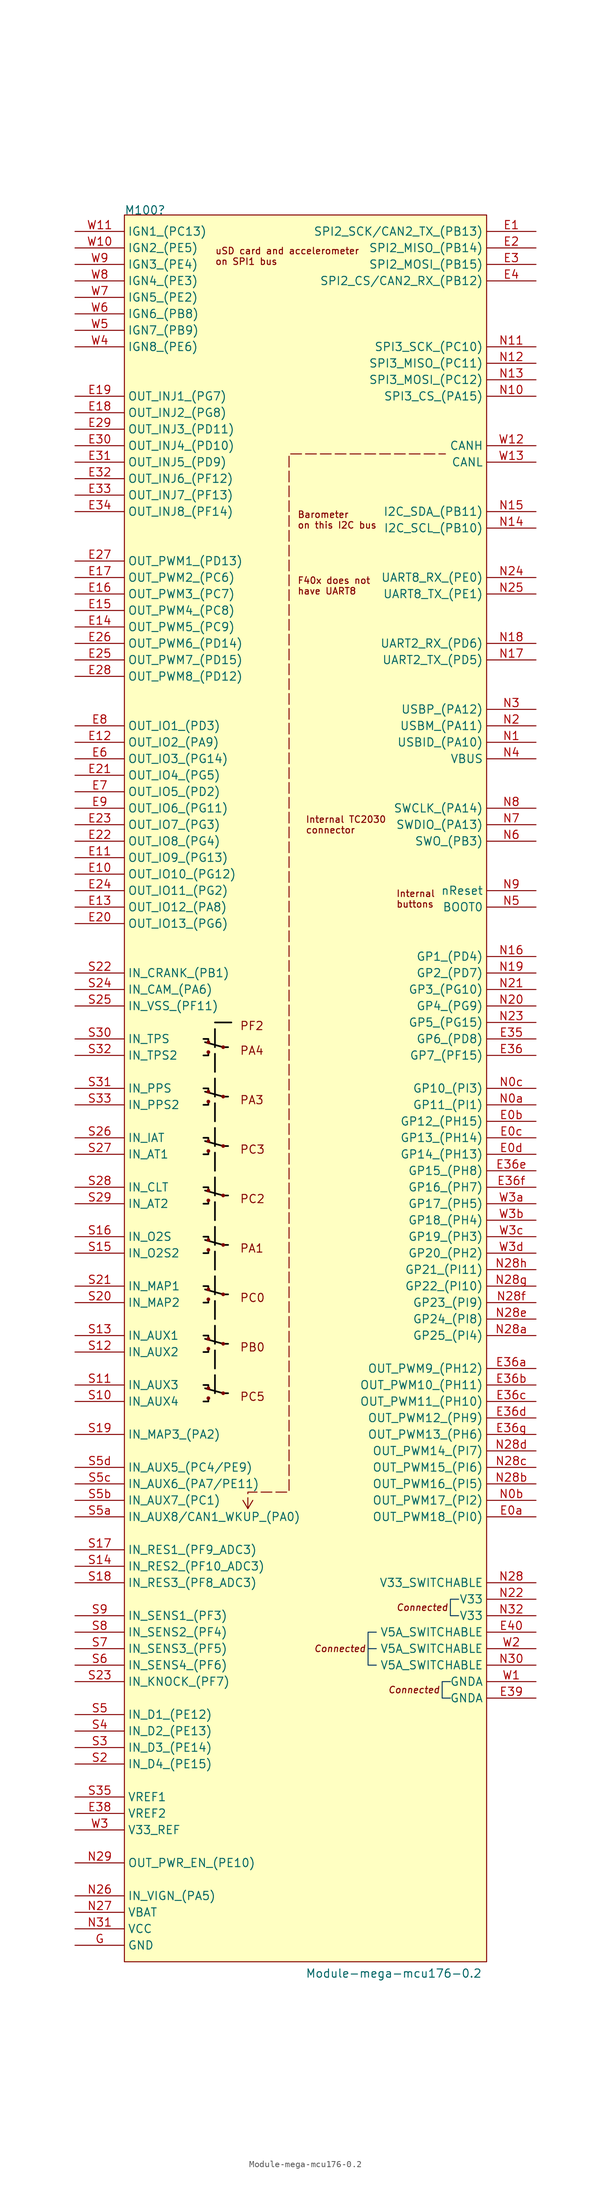
<source format=kicad_sym>
(kicad_symbol_lib
  (version 20220914)
  (generator kicad_symbol_editor)
  (symbol "Module-mega-mcu176-0.2"
    (property "Reference" "M100"
      (at 7.62 2.54 0)
      (effects (font (size 1.27 1.27)) (justify left bottom)))
    (property "Value" "Module-mega-mcu176-0.2"
      (at 35.56 -269.24 0)
      (effects (font (size 1.27 1.27)) (justify left bottom)))
    (symbol "Module-mega-mcu176-0.2_1_0"
      (polyline (pts (xy 20.066 -178.308) (xy 22.86 -179.07)) (stroke (width 0.254) (type solid) (color 0 0 0 1)) (fill (type none)))
      (polyline (pts (xy 20.066 -170.688) (xy 22.86 -171.45)) (stroke (width 0.254) (type solid) (color 0 0 0 1)) (fill (type none)))
      (polyline (pts (xy 20.066 -163.068) (xy 22.86 -163.83)) (stroke (width 0.254) (type solid) (color 0 0 0 1)) (fill (type none)))
      (polyline (pts (xy 20.066 -155.448) (xy 22.86 -156.21)) (stroke (width 0.254) (type solid) (color 0 0 0 1)) (fill (type none)))
      (polyline (pts (xy 20.066 -147.828) (xy 22.86 -148.59)) (stroke (width 0.254) (type solid) (color 0 0 0 1)) (fill (type none)))
      (polyline (pts (xy 20.066 -140.208) (xy 22.86 -140.97)) (stroke (width 0.254) (type solid) (color 0 0 0 1)) (fill (type none)))
      (polyline (pts (xy 20.066 -132.588) (xy 22.86 -133.35)) (stroke (width 0.254) (type solid) (color 0 0 0 1)) (fill (type none)))
      (polyline (pts (xy 20.066 -124.968) (xy 22.86 -125.73)) (stroke (width 0.254) (type solid) (color 0 0 0 1)) (fill (type none)))
      (polyline (pts (xy 22.86 -179.07) (xy 23.622 -179.07)) (stroke (width 0.254) (type solid) (color 0 0 0 1)) (fill (type none)))
      (polyline (pts (xy 22.86 -171.45) (xy 23.622 -171.45)) (stroke (width 0.254) (type solid) (color 0 0 0 1)) (fill (type none)))
      (polyline (pts (xy 22.86 -163.83) (xy 23.622 -163.83)) (stroke (width 0.254) (type solid) (color 0 0 0 1)) (fill (type none)))
      (polyline (pts (xy 22.86 -156.21) (xy 23.622 -156.21)) (stroke (width 0.254) (type solid) (color 0 0 0 1)) (fill (type none)))
      (polyline (pts (xy 22.86 -148.59) (xy 23.622 -148.59)) (stroke (width 0.254) (type solid) (color 0 0 0 1)) (fill (type none)))
      (polyline (pts (xy 22.86 -140.97) (xy 23.622 -140.97)) (stroke (width 0.254) (type solid) (color 0 0 0 1)) (fill (type none)))
      (polyline (pts (xy 22.86 -133.35) (xy 23.622 -133.35)) (stroke (width 0.254) (type solid) (color 0 0 0 1)) (fill (type none)))
      (polyline (pts (xy 22.86 -125.73) (xy 23.622 -125.73)) (stroke (width 0.254) (type solid) (color 0 0 0 1)) (fill (type none)))
      (polyline (pts (xy 26.67 -196.85) (xy 25.908 -195.58)) (stroke (width 0) (type default)) (fill (type none)))
      (polyline (pts (xy 26.67 -196.85) (xy 27.432 -195.58)) (stroke (width 0) (type default)) (fill (type none)))
      (polyline (pts (xy 19.812 -180.34) (xy 20.574 -180.34) (xy 20.574 -179.832)) (stroke (width 0.254) (type solid) (color 0 0 0 1)) (fill (type none)))
      (polyline (pts (xy 19.812 -177.8) (xy 20.574 -177.8) (xy 20.574 -178.308)) (stroke (width 0.254) (type solid) (color 0 0 0 1)) (fill (type none)))
      (polyline (pts (xy 19.812 -172.72) (xy 20.574 -172.72) (xy 20.574 -172.212)) (stroke (width 0.254) (type solid) (color 0 0 0 1)) (fill (type none)))
      (polyline (pts (xy 19.812 -170.18) (xy 20.574 -170.18) (xy 20.574 -170.688)) (stroke (width 0.254) (type solid) (color 0 0 0 1)) (fill (type none)))
      (polyline (pts (xy 19.812 -165.1) (xy 20.574 -165.1) (xy 20.574 -164.592)) (stroke (width 0.254) (type solid) (color 0 0 0 1)) (fill (type none)))
      (polyline (pts (xy 19.812 -162.56) (xy 20.574 -162.56) (xy 20.574 -163.068)) (stroke (width 0.254) (type solid) (color 0 0 0 1)) (fill (type none)))
      (polyline (pts (xy 19.812 -157.48) (xy 20.574 -157.48) (xy 20.574 -156.972)) (stroke (width 0.254) (type solid) (color 0 0 0 1)) (fill (type none)))
      (polyline (pts (xy 19.812 -154.94) (xy 20.574 -154.94) (xy 20.574 -155.448)) (stroke (width 0.254) (type solid) (color 0 0 0 1)) (fill (type none)))
      (polyline (pts (xy 19.812 -149.86) (xy 20.574 -149.86) (xy 20.574 -149.352)) (stroke (width 0.254) (type solid) (color 0 0 0 1)) (fill (type none)))
      (polyline (pts (xy 19.812 -147.32) (xy 20.574 -147.32) (xy 20.574 -147.828)) (stroke (width 0.254) (type solid) (color 0 0 0 1)) (fill (type none)))
      (polyline (pts (xy 19.812 -142.24) (xy 20.574 -142.24) (xy 20.574 -141.732)) (stroke (width 0.254) (type solid) (color 0 0 0 1)) (fill (type none)))
      (polyline (pts (xy 19.812 -139.7) (xy 20.574 -139.7) (xy 20.574 -140.208)) (stroke (width 0.254) (type solid) (color 0 0 0 1)) (fill (type none)))
      (polyline (pts (xy 19.812 -134.62) (xy 20.574 -134.62) (xy 20.574 -134.112)) (stroke (width 0.254) (type solid) (color 0 0 0 1)) (fill (type none)))
      (polyline (pts (xy 19.812 -132.08) (xy 20.574 -132.08) (xy 20.574 -132.588)) (stroke (width 0.254) (type solid) (color 0 0 0 1)) (fill (type none)))
      (polyline (pts (xy 19.812 -127) (xy 20.574 -127) (xy 20.574 -126.492)) (stroke (width 0.254) (type solid) (color 0 0 0 1)) (fill (type none)))
      (polyline (pts (xy 19.812 -124.46) (xy 20.574 -124.46) (xy 20.574 -124.968)) (stroke (width 0.254) (type solid) (color 0 0 0 1)) (fill (type none)))
      (polyline (pts (xy 21.59 -179.07) (xy 21.59 -121.92) (xy 24.13 -121.92)) (stroke (width 0.254) (type dash) (color 0 0 0 1)) (fill (type none)))
      (polyline (pts (xy 45.212 -218.44) (xy 46.482 -218.44) (xy 46.482 -218.44) (xy 46.482 -218.44)) (stroke (width 0) (type solid) (color 7 55 99 1)) (fill (type none)))
      (polyline (pts (xy 46.482 -215.9) (xy 45.212 -215.9) (xy 45.212 -220.98) (xy 46.482 -220.98)) (stroke (width 0) (type solid) (color 7 55 99 1)) (fill (type none)))
      (polyline (pts (xy 57.912 -223.52) (xy 56.642 -223.52) (xy 56.642 -226.06) (xy 57.912 -226.06)) (stroke (width 0) (type solid) (color 7 55 99 1)) (fill (type none)))
      (polyline (pts (xy 59.182 -210.82) (xy 57.912 -210.82) (xy 57.912 -213.36) (xy 59.182 -213.36)) (stroke (width 0) (type solid) (color 7 55 99 1)) (fill (type none)))
      (polyline (pts (xy 26.67 -196.85) (xy 26.67 -194.31) (xy 33.02 -194.31) (xy 33.02 -130.81) (xy 33.02 -34.29) (xy 57.15 -34.29)) (stroke (width 0) (type dash)) (fill (type none)))
      (rectangle (start 7.62 2.54) (end 63.5 -266.7) (stroke (width 0) (type solid)) (fill (type background)))
      (circle (center 20.574 -179.832) (radius 0.159) (stroke (width 0.254) (type solid)) (fill (type none)))
      (circle (center 20.574 -178.308) (radius 0.159) (stroke (width 0.254) (type solid)) (fill (type none)))
      (circle (center 20.574 -172.212) (radius 0.159) (stroke (width 0.254) (type solid)) (fill (type none)))
      (circle (center 20.574 -170.688) (radius 0.159) (stroke (width 0.254) (type solid)) (fill (type none)))
      (circle (center 20.574 -164.592) (radius 0.159) (stroke (width 0.254) (type solid)) (fill (type none)))
      (circle (center 20.574 -163.068) (radius 0.159) (stroke (width 0.254) (type solid)) (fill (type none)))
      (circle (center 20.574 -156.972) (radius 0.159) (stroke (width 0.254) (type solid)) (fill (type none)))
      (circle (center 20.574 -155.448) (radius 0.159) (stroke (width 0.254) (type solid)) (fill (type none)))
      (circle (center 20.574 -149.352) (radius 0.159) (stroke (width 0.254) (type solid)) (fill (type none)))
      (circle (center 20.574 -147.828) (radius 0.159) (stroke (width 0.254) (type solid)) (fill (type none)))
      (circle (center 20.574 -141.732) (radius 0.159) (stroke (width 0.254) (type solid)) (fill (type none)))
      (circle (center 20.574 -140.208) (radius 0.159) (stroke (width 0.254) (type solid)) (fill (type none)))
      (circle (center 20.574 -134.112) (radius 0.159) (stroke (width 0.254) (type solid)) (fill (type none)))
      (circle (center 20.574 -132.588) (radius 0.159) (stroke (width 0.254) (type solid)) (fill (type none)))
      (circle (center 20.574 -126.492) (radius 0.159) (stroke (width 0.254) (type solid)) (fill (type none)))
      (circle (center 20.574 -124.968) (radius 0.159) (stroke (width 0.254) (type solid)) (fill (type none)))
      (circle (center 22.86 -179.07) (radius 0.159) (stroke (width 0.254) (type solid)) (fill (type none)))
      (circle (center 22.86 -171.45) (radius 0.159) (stroke (width 0.254) (type solid)) (fill (type none)))
      (circle (center 22.86 -163.83) (radius 0.159) (stroke (width 0.254) (type solid)) (fill (type none)))
      (circle (center 22.86 -156.21) (radius 0.159) (stroke (width 0.254) (type solid)) (fill (type none)))
      (circle (center 22.86 -148.59) (radius 0.159) (stroke (width 0.254) (type solid)) (fill (type none)))
      (circle (center 22.86 -140.97) (radius 0.159) (stroke (width 0.254) (type solid)) (fill (type none)))
      (circle (center 22.86 -133.35) (radius 0.159) (stroke (width 0.254) (type solid)) (fill (type none)))
      (circle (center 22.86 -125.73) (radius 0.159) (stroke (width 0.254) (type solid)) (fill (type none)))
      (text "Barometer\non this I2C bus" (at 34.29 -44.45 0) (effects (font (size 1.016 1.016)) (justify left)))
      (text "Connected" (at 36.83 -218.44 0) (effects (font (size 1.016 1.016) italic) (justify left)))
      (text "Connected" (at 48.26 -224.79 0) (effects (font (size 1.016 1.016) italic) (justify left)))
      (text "Connected" (at 49.53 -212.09 0) (effects (font (size 1.016 1.016) italic) (justify left)))
      (text "F40x does not\nhave UART8" (at 34.29 -54.61 0) (effects (font (size 1.016 1.016)) (justify left)))
      (text "Internal\nbuttons" (at 49.53 -102.87 0) (effects (font (size 1.016 1.016)) (justify left)))
      (text "Internal TC2030\nconnector" (at 35.56 -91.44 0) (effects (font (size 1.016 1.016)) (justify left)))
      (text "PA1" (at 25.4 -157.48 0) (effects (font (size 1.27 1.27)) (justify left bottom)))
      (text "PA3" (at 25.4 -134.62 0) (effects (font (size 1.27 1.27)) (justify left bottom)))
      (text "PA4" (at 25.4 -127 0) (effects (font (size 1.27 1.27)) (justify left bottom)))
      (text "PB0" (at 25.4 -172.72 0) (effects (font (size 1.27 1.27)) (justify left bottom)))
      (text "PC0" (at 25.4 -165.1 0) (effects (font (size 1.27 1.27)) (justify left bottom)))
      (text "PC2" (at 25.4 -149.86 0) (effects (font (size 1.27 1.27)) (justify left bottom)))
      (text "PC3" (at 25.4 -142.24 0) (effects (font (size 1.27 1.27)) (justify left bottom)))
      (text "PC5" (at 25.4 -180.34 0) (effects (font (size 1.27 1.27)) (justify left bottom)))
      (text "PF2" (at 25.4 -123.19 0) (effects (font (size 1.27 1.27)) (justify left bottom)))
      (text "uSD card and accelerometer \non SPI1 bus" (at 21.59 -3.81 0) (effects (font (size 1.016 1.016)) (justify left)))
      (pin passive line (at 71.12 -198.12 180) (length 7.62) (name "OUT_PWM18_(PI0)" (effects (font (size 1.27 1.27)))) (number "E0a" (effects (font (size 1.27 1.27)))))
      (pin passive line (at 71.12 -137.16 180) (length 7.62) (name "GP12_(PH15)" (effects (font (size 1.27 1.27)))) (number "E0b" (effects (font (size 1.27 1.27)))))
      (pin passive line (at 71.12 -139.7 180) (length 7.62) (name "GP13_(PH14)" (effects (font (size 1.27 1.27)))) (number "E0c" (effects (font (size 1.27 1.27)))))
      (pin passive line (at 71.12 -142.24 180) (length 7.62) (name "GP14_(PH13)" (effects (font (size 1.27 1.27)))) (number "E0d" (effects (font (size 1.27 1.27)))))
      (pin passive line (at 71.12 0 180) (length 7.62) (name "SPI2_SCK/CAN2_TX_(PB13)" (effects (font (size 1.27 1.27)))) (number "E1" (effects (font (size 1.27 1.27)))))
      (pin passive line (at 0 -99.06 0) (length 7.62) (name "OUT_IO10_(PG12)" (effects (font (size 1.27 1.27)))) (number "E10" (effects (font (size 1.27 1.27)))))
      (pin passive line (at 0 -96.52 0) (length 7.62) (name "OUT_IO9_(PG13)" (effects (font (size 1.27 1.27)))) (number "E11" (effects (font (size 1.27 1.27)))))
      (pin passive line (at 0 -78.74 0) (length 7.62) (name "OUT_IO2_(PA9)" (effects (font (size 1.27 1.27)))) (number "E12" (effects (font (size 1.27 1.27)))))
      (pin passive line (at 0 -104.14 0) (length 7.62) (name "OUT_IO12_(PA8)" (effects (font (size 1.27 1.27)))) (number "E13" (effects (font (size 1.27 1.27)))))
      (pin passive line (at 0 -60.96 0) (length 7.62) (name "OUT_PWM5_(PC9)" (effects (font (size 1.27 1.27)))) (number "E14" (effects (font (size 1.27 1.27)))))
      (pin passive line (at 0 -58.42 0) (length 7.62) (name "OUT_PWM4_(PC8)" (effects (font (size 1.27 1.27)))) (number "E15" (effects (font (size 1.27 1.27)))))
      (pin passive line (at 0 -55.88 0) (length 7.62) (name "OUT_PWM3_(PC7)" (effects (font (size 1.27 1.27)))) (number "E16" (effects (font (size 1.27 1.27)))))
      (pin passive line (at 0 -53.34 0) (length 7.62) (name "OUT_PWM2_(PC6)" (effects (font (size 1.27 1.27)))) (number "E17" (effects (font (size 1.27 1.27)))))
      (pin passive line (at 0 -27.94 0) (length 7.62) (name "OUT_INJ2_(PG8)" (effects (font (size 1.27 1.27)))) (number "E18" (effects (font (size 1.27 1.27)))))
      (pin passive line (at 0 -25.4 0) (length 7.62) (name "OUT_INJ1_(PG7)" (effects (font (size 1.27 1.27)))) (number "E19" (effects (font (size 1.27 1.27)))))
      (pin passive line (at 71.12 -2.54 180) (length 7.62) (name "SPI2_MISO_(PB14)" (effects (font (size 1.27 1.27)))) (number "E2" (effects (font (size 1.27 1.27)))))
      (pin passive line (at 0 -106.68 0) (length 7.62) (name "OUT_IO13_(PG6)" (effects (font (size 1.27 1.27)))) (number "E20" (effects (font (size 1.27 1.27)))))
      (pin passive line (at 0 -83.82 0) (length 7.62) (name "OUT_IO4_(PG5)" (effects (font (size 1.27 1.27)))) (number "E21" (effects (font (size 1.27 1.27)))))
      (pin passive line (at 0 -93.98 0) (length 7.62) (name "OUT_IO8_(PG4)" (effects (font (size 1.27 1.27)))) (number "E22" (effects (font (size 1.27 1.27)))))
      (pin passive line (at 0 -91.44 0) (length 7.62) (name "OUT_IO7_(PG3)" (effects (font (size 1.27 1.27)))) (number "E23" (effects (font (size 1.27 1.27)))))
      (pin passive line (at 0 -101.6 0) (length 7.62) (name "OUT_IO11_(PG2)" (effects (font (size 1.27 1.27)))) (number "E24" (effects (font (size 1.27 1.27)))))
      (pin passive line (at 0 -66.04 0) (length 7.62) (name "OUT_PWM7_(PD15)" (effects (font (size 1.27 1.27)))) (number "E25" (effects (font (size 1.27 1.27)))))
      (pin passive line (at 0 -63.5 0) (length 7.62) (name "OUT_PWM6_(PD14)" (effects (font (size 1.27 1.27)))) (number "E26" (effects (font (size 1.27 1.27)))))
      (pin passive line (at 0 -50.8 0) (length 7.62) (name "OUT_PWM1_(PD13)" (effects (font (size 1.27 1.27)))) (number "E27" (effects (font (size 1.27 1.27)))))
      (pin passive line (at 0 -68.58 0) (length 7.62) (name "OUT_PWM8_(PD12)" (effects (font (size 1.27 1.27)))) (number "E28" (effects (font (size 1.27 1.27)))))
      (pin passive line (at 0 -30.48 0) (length 7.62) (name "OUT_INJ3_(PD11)" (effects (font (size 1.27 1.27)))) (number "E29" (effects (font (size 1.27 1.27)))))
      (pin passive line (at 71.12 -5.08 180) (length 7.62) (name "SPI2_MOSI_(PB15)" (effects (font (size 1.27 1.27)))) (number "E3" (effects (font (size 1.27 1.27)))))
      (pin passive line (at 0 -33.02 0) (length 7.62) (name "OUT_INJ4_(PD10)" (effects (font (size 1.27 1.27)))) (number "E30" (effects (font (size 1.27 1.27)))))
      (pin passive line (at 0 -35.56 0) (length 7.62) (name "OUT_INJ5_(PD9)" (effects (font (size 1.27 1.27)))) (number "E31" (effects (font (size 1.27 1.27)))))
      (pin passive line (at 0 -38.1 0) (length 7.62) (name "OUT_INJ6_(PF12)" (effects (font (size 1.27 1.27)))) (number "E32" (effects (font (size 1.27 1.27)))))
      (pin passive line (at 0 -40.64 0) (length 7.62) (name "OUT_INJ7_(PF13)" (effects (font (size 1.27 1.27)))) (number "E33" (effects (font (size 1.27 1.27)))))
      (pin passive line (at 0 -43.18 0) (length 7.62) (name "OUT_INJ8_(PF14)" (effects (font (size 1.27 1.27)))) (number "E34" (effects (font (size 1.27 1.27)))))
      (pin passive line (at 71.12 -124.46 180) (length 7.62) (name "GP6_(PD8)" (effects (font (size 1.27 1.27)))) (number "E35" (effects (font (size 1.27 1.27)))))
      (pin passive line (at 71.12 -127 180) (length 7.62) (name "GP7_(PF15)" (effects (font (size 1.27 1.27)))) (number "E36" (effects (font (size 1.27 1.27)))))
      (pin passive line (at 71.12 -175.26 180) (length 7.62) (name "OUT_PWM9_(PH12)" (effects (font (size 1.27 1.27)))) (number "E36a" (effects (font (size 1.27 1.27)))))
      (pin passive line (at 71.12 -177.8 180) (length 7.62) (name "OUT_PWM10_(PH11)" (effects (font (size 1.27 1.27)))) (number "E36b" (effects (font (size 1.27 1.27)))))
      (pin passive line (at 71.12 -180.34 180) (length 7.62) (name "OUT_PWM11_(PH10)" (effects (font (size 1.27 1.27)))) (number "E36c" (effects (font (size 1.27 1.27)))))
      (pin passive line (at 71.12 -182.88 180) (length 7.62) (name "OUT_PWM12_(PH9)" (effects (font (size 1.27 1.27)))) (number "E36d" (effects (font (size 1.27 1.27)))))
      (pin passive line (at 71.12 -144.78 180) (length 7.62) (name "GP15_(PH8)" (effects (font (size 1.27 1.27)))) (number "E36e" (effects (font (size 1.27 1.27)))))
      (pin passive line (at 71.12 -147.32 180) (length 7.62) (name "GP16_(PH7)" (effects (font (size 1.27 1.27)))) (number "E36f" (effects (font (size 1.27 1.27)))))
      (pin passive line (at 71.12 -185.42 180) (length 7.62) (name "OUT_PWM13_(PH6)" (effects (font (size 1.27 1.27)))) (number "E36g" (effects (font (size 1.27 1.27)))))
      (pin passive line (at 0 -243.84 0) (length 7.62) (name "VREF2" (effects (font (size 1.27 1.27)))) (number "E38" (effects (font (size 1.27 1.27)))))
      (pin passive line (at 71.12 -226.06 180) (length 7.62) (name "GNDA" (effects (font (size 1.27 1.27)))) (number "E39" (effects (font (size 1.27 1.27)))))
      (pin passive line (at 71.12 -7.62 180) (length 7.62) (name "SPI2_CS/CAN2_RX_(PB12)" (effects (font (size 1.27 1.27)))) (number "E4" (effects (font (size 1.27 1.27)))))
      (pin passive line (at 71.12 -215.9 180) (length 7.62) (name "V5A_SWITCHABLE" (effects (font (size 1.27 1.27)))) (number "E40" (effects (font (size 1.27 1.27)))))
      (pin passive line (at 0 -81.28 0) (length 7.62) (name "OUT_IO3_(PG14)" (effects (font (size 1.27 1.27)))) (number "E6" (effects (font (size 1.27 1.27)))))
      (pin passive line (at 0 -86.36 0) (length 7.62) (name "OUT_IO5_(PD2)" (effects (font (size 1.27 1.27)))) (number "E7" (effects (font (size 1.27 1.27)))))
      (pin passive line (at 0 -76.2 0) (length 7.62) (name "OUT_IO1_(PD3)" (effects (font (size 1.27 1.27)))) (number "E8" (effects (font (size 1.27 1.27)))))
      (pin passive line (at 0 -88.9 0) (length 7.62) (name "OUT_IO6_(PG11)" (effects (font (size 1.27 1.27)))) (number "E9" (effects (font (size 1.27 1.27)))))
      (pin passive line (at 0 -264.16 0) (length 7.62) (name "GND" (effects (font (size 1.27 1.27)))) (number "G" (effects (font (size 1.27 1.27)))))
      (pin passive line (at 71.12 -134.62 180) (length 7.62) (name "GP11_(PI1)" (effects (font (size 1.27 1.27)))) (number "N0a" (effects (font (size 1.27 1.27)))))
      (pin passive line (at 71.12 -195.58 180) (length 7.62) (name "OUT_PWM17_(PI2)" (effects (font (size 1.27 1.27)))) (number "N0b" (effects (font (size 1.27 1.27)))))
      (pin passive line (at 71.12 -132.08 180) (length 7.62) (name "GP10_(PI3)" (effects (font (size 1.27 1.27)))) (number "N0c" (effects (font (size 1.27 1.27)))))
      (pin passive line (at 71.12 -78.74 180) (length 7.62) (name "USBID_(PA10)" (effects (font (size 1.27 1.27)))) (number "N1" (effects (font (size 1.27 1.27)))))
      (pin passive line (at 71.12 -25.4 180) (length 7.62) (name "SPI3_CS_(PA15)" (effects (font (size 1.27 1.27)))) (number "N10" (effects (font (size 1.27 1.27)))))
      (pin passive line (at 71.12 -17.78 180) (length 7.62) (name "SPI3_SCK_(PC10)" (effects (font (size 1.27 1.27)))) (number "N11" (effects (font (size 1.27 1.27)))))
      (pin passive line (at 71.12 -20.32 180) (length 7.62) (name "SPI3_MISO_(PC11)" (effects (font (size 1.27 1.27)))) (number "N12" (effects (font (size 1.27 1.27)))))
      (pin passive line (at 71.12 -22.86 180) (length 7.62) (name "SPI3_MOSI_(PC12)" (effects (font (size 1.27 1.27)))) (number "N13" (effects (font (size 1.27 1.27)))))
      (pin passive line (at 71.12 -45.72 180) (length 7.62) (name "I2C_SCL_(PB10)" (effects (font (size 1.27 1.27)))) (number "N14" (effects (font (size 1.27 1.27)))))
      (pin passive line (at 71.12 -43.18 180) (length 7.62) (name "I2C_SDA_(PB11)" (effects (font (size 1.27 1.27)))) (number "N15" (effects (font (size 1.27 1.27)))))
      (pin passive line (at 71.12 -111.76 180) (length 7.62) (name "GP1_(PD4)" (effects (font (size 1.27 1.27)))) (number "N16" (effects (font (size 1.27 1.27)))))
      (pin passive line (at 71.12 -66.04 180) (length 7.62) (name "UART2_TX_(PD5)" (effects (font (size 1.27 1.27)))) (number "N17" (effects (font (size 1.27 1.27)))))
      (pin passive line (at 71.12 -63.5 180) (length 7.62) (name "UART2_RX_(PD6)" (effects (font (size 1.27 1.27)))) (number "N18" (effects (font (size 1.27 1.27)))))
      (pin passive line (at 71.12 -114.3 180) (length 7.62) (name "GP2_(PD7)" (effects (font (size 1.27 1.27)))) (number "N19" (effects (font (size 1.27 1.27)))))
      (pin passive line (at 71.12 -76.2 180) (length 7.62) (name "USBM_(PA11)" (effects (font (size 1.27 1.27)))) (number "N2" (effects (font (size 1.27 1.27)))))
      (pin passive line (at 71.12 -119.38 180) (length 7.62) (name "GP4_(PG9)" (effects (font (size 1.27 1.27)))) (number "N20" (effects (font (size 1.27 1.27)))))
      (pin passive line (at 71.12 -116.84 180) (length 7.62) (name "GP3_(PG10)" (effects (font (size 1.27 1.27)))) (number "N21" (effects (font (size 1.27 1.27)))))
      (pin passive line (at 71.12 -210.82 180) (length 7.62) (name "V33" (effects (font (size 1.27 1.27)))) (number "N22" (effects (font (size 1.27 1.27)))))
      (pin passive line (at 71.12 -121.92 180) (length 7.62) (name "GP5_(PG15)" (effects (font (size 1.27 1.27)))) (number "N23" (effects (font (size 1.27 1.27)))))
      (pin passive line (at 71.12 -53.34 180) (length 7.62) (name "UART8_RX_(PE0)" (effects (font (size 1.27 1.27)))) (number "N24" (effects (font (size 1.27 1.27)))))
      (pin passive line (at 71.12 -55.88 180) (length 7.62) (name "UART8_TX_(PE1)" (effects (font (size 1.27 1.27)))) (number "N25" (effects (font (size 1.27 1.27)))))
      (pin passive line (at 0 -256.54 0) (length 7.62) (name "IN_VIGN_(PA5)" (effects (font (size 1.27 1.27)))) (number "N26" (effects (font (size 1.27 1.27)))))
      (pin passive line (at 0 -259.08 0) (length 7.62) (name "VBAT" (effects (font (size 1.27 1.27)))) (number "N27" (effects (font (size 1.27 1.27)))))
      (pin passive line (at 71.12 -208.28 180) (length 7.62) (name "V33_SWITCHABLE" (effects (font (size 1.27 1.27)))) (number "N28" (effects (font (size 1.27 1.27)))))
      (pin passive line (at 71.12 -170.18 180) (length 7.62) (name "GP25_(PI4)" (effects (font (size 1.27 1.27)))) (number "N28a" (effects (font (size 1.27 1.27)))))
      (pin passive line (at 71.12 -193.04 180) (length 7.62) (name "OUT_PWM16_(PI5)" (effects (font (size 1.27 1.27)))) (number "N28b" (effects (font (size 1.27 1.27)))))
      (pin passive line (at 71.12 -190.5 180) (length 7.62) (name "OUT_PWM15_(PI6)" (effects (font (size 1.27 1.27)))) (number "N28c" (effects (font (size 1.27 1.27)))))
      (pin passive line (at 71.12 -187.96 180) (length 7.62) (name "OUT_PWM14_(PI7)" (effects (font (size 1.27 1.27)))) (number "N28d" (effects (font (size 1.27 1.27)))))
      (pin passive line (at 71.12 -167.64 180) (length 7.62) (name "GP24_(PI8)" (effects (font (size 1.27 1.27)))) (number "N28e" (effects (font (size 1.27 1.27)))))
      (pin passive line (at 71.12 -165.1 180) (length 7.62) (name "GP23_(PI9)" (effects (font (size 1.27 1.27)))) (number "N28f" (effects (font (size 1.27 1.27)))))
      (pin passive line (at 71.12 -162.56 180) (length 7.62) (name "GP22_(PI10)" (effects (font (size 1.27 1.27)))) (number "N28g" (effects (font (size 1.27 1.27)))))
      (pin passive line (at 71.12 -160.02 180) (length 7.62) (name "GP21_(PI11)" (effects (font (size 1.27 1.27)))) (number "N28h" (effects (font (size 1.27 1.27)))))
      (pin passive line (at 0 -251.46 0) (length 7.62) (name "OUT_PWR_EN_(PE10)" (effects (font (size 1.27 1.27)))) (number "N29" (effects (font (size 1.27 1.27)))))
      (pin passive line (at 71.12 -73.66 180) (length 7.62) (name "USBP_(PA12)" (effects (font (size 1.27 1.27)))) (number "N3" (effects (font (size 1.27 1.27)))))
      (pin passive line (at 71.12 -220.98 180) (length 7.62) (name "V5A_SWITCHABLE" (effects (font (size 1.27 1.27)))) (number "N30" (effects (font (size 1.27 1.27)))))
      (pin passive line (at 0 -261.62 0) (length 7.62) (name "VCC" (effects (font (size 1.27 1.27)))) (number "N31" (effects (font (size 1.27 1.27)))))
      (pin passive line (at 71.12 -213.36 180) (length 7.62) (name "V33" (effects (font (size 1.27 1.27)))) (number "N32" (effects (font (size 1.27 1.27)))))
      (pin passive line (at 71.12 -81.28 180) (length 7.62) (name "VBUS" (effects (font (size 1.27 1.27)))) (number "N4" (effects (font (size 1.27 1.27)))))
      (pin passive line (at 71.12 -104.14 180) (length 7.62) (name "BOOT0" (effects (font (size 1.27 1.27)))) (number "N5" (effects (font (size 1.27 1.27)))))
      (pin passive line (at 71.12 -93.98 180) (length 7.62) (name "SWO_(PB3)" (effects (font (size 1.27 1.27)))) (number "N6" (effects (font (size 1.27 1.27)))))
      (pin passive line (at 71.12 -91.44 180) (length 7.62) (name "SWDIO_(PA13)" (effects (font (size 1.27 1.27)))) (number "N7" (effects (font (size 1.27 1.27)))))
      (pin passive line (at 71.12 -88.9 180) (length 7.62) (name "SWCLK_(PA14)" (effects (font (size 1.27 1.27)))) (number "N8" (effects (font (size 1.27 1.27)))))
      (pin passive line (at 71.12 -101.6 180) (length 7.62) (name "nReset" (effects (font (size 1.27 1.27)))) (number "N9" (effects (font (size 1.27 1.27)))))
      (pin passive line (at 0 -180.34 0) (length 7.62) (name "IN_AUX4" (effects (font (size 1.27 1.27)))) (number "S10" (effects (font (size 1.27 1.27)))))
      (pin passive line (at 0 -177.8 0) (length 7.62) (name "IN_AUX3" (effects (font (size 1.27 1.27)))) (number "S11" (effects (font (size 1.27 1.27)))))
      (pin passive line (at 0 -172.72 0) (length 7.62) (name "IN_AUX2" (effects (font (size 1.27 1.27)))) (number "S12" (effects (font (size 1.27 1.27)))))
      (pin passive line (at 0 -170.18 0) (length 7.62) (name "IN_AUX1" (effects (font (size 1.27 1.27)))) (number "S13" (effects (font (size 1.27 1.27)))))
      (pin passive line (at 0 -205.74 0) (length 7.62) (name "IN_RES2_(PF10_ADC3)" (effects (font (size 1.27 1.27)))) (number "S14" (effects (font (size 1.27 1.27)))))
      (pin passive line (at 0 -157.48 0) (length 7.62) (name "IN_O2S2" (effects (font (size 1.27 1.27)))) (number "S15" (effects (font (size 1.27 1.27)))))
      (pin passive line (at 0 -154.94 0) (length 7.62) (name "IN_O2S" (effects (font (size 1.27 1.27)))) (number "S16" (effects (font (size 1.27 1.27)))))
      (pin passive line (at 0 -203.2 0) (length 7.62) (name "IN_RES1_(PF9_ADC3)" (effects (font (size 1.27 1.27)))) (number "S17" (effects (font (size 1.27 1.27)))))
      (pin passive line (at 0 -208.28 0) (length 7.62) (name "IN_RES3_(PF8_ADC3)" (effects (font (size 1.27 1.27)))) (number "S18" (effects (font (size 1.27 1.27)))))
      (pin passive line (at 0 -185.42 0) (length 7.62) (name "IN_MAP3_(PA2)" (effects (font (size 1.27 1.27)))) (number "S19" (effects (font (size 1.27 1.27)))))
      (pin passive line (at 0 -236.22 0) (length 7.62) (name "IN_D4_(PE15)" (effects (font (size 1.27 1.27)))) (number "S2" (effects (font (size 1.27 1.27)))))
      (pin passive line (at 0 -165.1 0) (length 7.62) (name "IN_MAP2" (effects (font (size 1.27 1.27)))) (number "S20" (effects (font (size 1.27 1.27)))))
      (pin passive line (at 0 -162.56 0) (length 7.62) (name "IN_MAP1" (effects (font (size 1.27 1.27)))) (number "S21" (effects (font (size 1.27 1.27)))))
      (pin passive line (at 0 -114.3 0) (length 7.62) (name "IN_CRANK_(PB1)" (effects (font (size 1.27 1.27)))) (number "S22" (effects (font (size 1.27 1.27)))))
      (pin passive line (at 0 -223.52 0) (length 7.62) (name "IN_KNOCK_(PF7)" (effects (font (size 1.27 1.27)))) (number "S23" (effects (font (size 1.27 1.27)))))
      (pin passive line (at 0 -116.84 0) (length 7.62) (name "IN_CAM_(PA6)" (effects (font (size 1.27 1.27)))) (number "S24" (effects (font (size 1.27 1.27)))))
      (pin passive line (at 0 -119.38 0) (length 7.62) (name "IN_VSS_(PF11)" (effects (font (size 1.27 1.27)))) (number "S25" (effects (font (size 1.27 1.27)))))
      (pin passive line (at 0 -139.7 0) (length 7.62) (name "IN_IAT" (effects (font (size 1.27 1.27)))) (number "S26" (effects (font (size 1.27 1.27)))))
      (pin passive line (at 0 -142.24 0) (length 7.62) (name "IN_AT1" (effects (font (size 1.27 1.27)))) (number "S27" (effects (font (size 1.27 1.27)))))
      (pin passive line (at 0 -147.32 0) (length 7.62) (name "IN_CLT" (effects (font (size 1.27 1.27)))) (number "S28" (effects (font (size 1.27 1.27)))))
      (pin passive line (at 0 -149.86 0) (length 7.62) (name "IN_AT2" (effects (font (size 1.27 1.27)))) (number "S29" (effects (font (size 1.27 1.27)))))
      (pin passive line (at 0 -233.68 0) (length 7.62) (name "IN_D3_(PE14)" (effects (font (size 1.27 1.27)))) (number "S3" (effects (font (size 1.27 1.27)))))
      (pin passive line (at 0 -124.46 0) (length 7.62) (name "IN_TPS" (effects (font (size 1.27 1.27)))) (number "S30" (effects (font (size 1.27 1.27)))))
      (pin passive line (at 0 -132.08 0) (length 7.62) (name "IN_PPS" (effects (font (size 1.27 1.27)))) (number "S31" (effects (font (size 1.27 1.27)))))
      (pin passive line (at 0 -127 0) (length 7.62) (name "IN_TPS2" (effects (font (size 1.27 1.27)))) (number "S32" (effects (font (size 1.27 1.27)))))
      (pin passive line (at 0 -134.62 0) (length 7.62) (name "IN_PPS2" (effects (font (size 1.27 1.27)))) (number "S33" (effects (font (size 1.27 1.27)))))
      (pin passive line (at 0 -241.3 0) (length 7.62) (name "VREF1" (effects (font (size 1.27 1.27)))) (number "S35" (effects (font (size 1.27 1.27)))))
      (pin passive line (at 0 -231.14 0) (length 7.62) (name "IN_D2_(PE13)" (effects (font (size 1.27 1.27)))) (number "S4" (effects (font (size 1.27 1.27)))))
      (pin passive line (at 0 -228.6 0) (length 7.62) (name "IN_D1_(PE12)" (effects (font (size 1.27 1.27)))) (number "S5" (effects (font (size 1.27 1.27)))))
      (pin passive line (at 0 -198.12 0) (length 7.62) (name "IN_AUX8/CAN1_WKUP_(PA0)" (effects (font (size 1.27 1.27)))) (number "S5a" (effects (font (size 1.27 1.27)))))
      (pin passive line (at 0 -195.58 0) (length 7.62) (name "IN_AUX7_(PC1)" (effects (font (size 1.27 1.27)))) (number "S5b" (effects (font (size 1.27 1.27)))))
      (pin passive line (at 0 -193.04 0) (length 7.62) (name "IN_AUX6_(PA7/PE11)" (effects (font (size 1.27 1.27)))) (number "S5c" (effects (font (size 1.27 1.27)))))
      (pin passive line (at 0 -190.5 0) (length 7.62) (name "IN_AUX5_(PC4/PE9)" (effects (font (size 1.27 1.27)))) (number "S5d" (effects (font (size 1.27 1.27)))))
      (pin passive line (at 0 -220.98 0) (length 7.62) (name "IN_SENS4_(PF6)" (effects (font (size 1.27 1.27)))) (number "S6" (effects (font (size 1.27 1.27)))))
      (pin passive line (at 0 -218.44 0) (length 7.62) (name "IN_SENS3_(PF5)" (effects (font (size 1.27 1.27)))) (number "S7" (effects (font (size 1.27 1.27)))))
      (pin passive line (at 0 -215.9 0) (length 7.62) (name "IN_SENS2_(PF4)" (effects (font (size 1.27 1.27)))) (number "S8" (effects (font (size 1.27 1.27)))))
      (pin passive line (at 0 -213.36 0) (length 7.62) (name "IN_SENS1_(PF3)" (effects (font (size 1.27 1.27)))) (number "S9" (effects (font (size 1.27 1.27)))))
      (pin passive line (at 71.12 -223.52 180) (length 7.62) (name "GNDA" (effects (font (size 1.27 1.27)))) (number "W1" (effects (font (size 1.27 1.27)))))
      (pin passive line (at 0 -2.54 0) (length 7.62) (name "IGN2_(PE5)" (effects (font (size 1.27 1.27)))) (number "W10" (effects (font (size 1.27 1.27)))))
      (pin passive line (at 0 0 0) (length 7.62) (name "IGN1_(PC13)" (effects (font (size 1.27 1.27)))) (number "W11" (effects (font (size 1.27 1.27)))))
      (pin passive line (at 71.12 -33.02 180) (length 7.62) (name "CANH" (effects (font (size 1.27 1.27)))) (number "W12" (effects (font (size 1.27 1.27)))))
      (pin passive line (at 71.12 -35.56 180) (length 7.62) (name "CANL" (effects (font (size 1.27 1.27)))) (number "W13" (effects (font (size 1.27 1.27)))))
      (pin passive line (at 71.12 -218.44 180) (length 7.62) (name "V5A_SWITCHABLE" (effects (font (size 1.27 1.27)))) (number "W2" (effects (font (size 1.27 1.27)))))
      (pin passive line (at 0 -246.38 0) (length 7.62) (name "V33_REF" (effects (font (size 1.27 1.27)))) (number "W3" (effects (font (size 1.27 1.27)))))
      (pin passive line (at 71.12 -149.86 180) (length 7.62) (name "GP17_(PH5)" (effects (font (size 1.27 1.27)))) (number "W3a" (effects (font (size 1.27 1.27)))))
      (pin passive line (at 71.12 -152.4 180) (length 7.62) (name "GP18_(PH4)" (effects (font (size 1.27 1.27)))) (number "W3b" (effects (font (size 1.27 1.27)))))
      (pin passive line (at 71.12 -154.94 180) (length 7.62) (name "GP19_(PH3)" (effects (font (size 1.27 1.27)))) (number "W3c" (effects (font (size 1.27 1.27)))))
      (pin passive line (at 71.12 -157.48 180) (length 7.62) (name "GP20_(PH2)" (effects (font (size 1.27 1.27)))) (number "W3d" (effects (font (size 1.27 1.27)))))
      (pin passive line (at 0 -17.78 0) (length 7.62) (name "IGN8_(PE6)" (effects (font (size 1.27 1.27)))) (number "W4" (effects (font (size 1.27 1.27)))))
      (pin passive line (at 0 -15.24 0) (length 7.62) (name "IGN7_(PB9)" (effects (font (size 1.27 1.27)))) (number "W5" (effects (font (size 1.27 1.27)))))
      (pin passive line (at 0 -12.7 0) (length 7.62) (name "IGN6_(PB8)" (effects (font (size 1.27 1.27)))) (number "W6" (effects (font (size 1.27 1.27)))))
      (pin passive line (at 0 -10.16 0) (length 7.62) (name "IGN5_(PE2)" (effects (font (size 1.27 1.27)))) (number "W7" (effects (font (size 1.27 1.27)))))
      (pin passive line (at 0 -7.62 0) (length 7.62) (name "IGN4_(PE3)" (effects (font (size 1.27 1.27)))) (number "W8" (effects (font (size 1.27 1.27)))))
      (pin passive line (at 0 -5.08 0) (length 7.62) (name "IGN3_(PE4)" (effects (font (size 1.27 1.27)))) (number "W9" (effects (font (size 1.27 1.27))))))))
</source>
